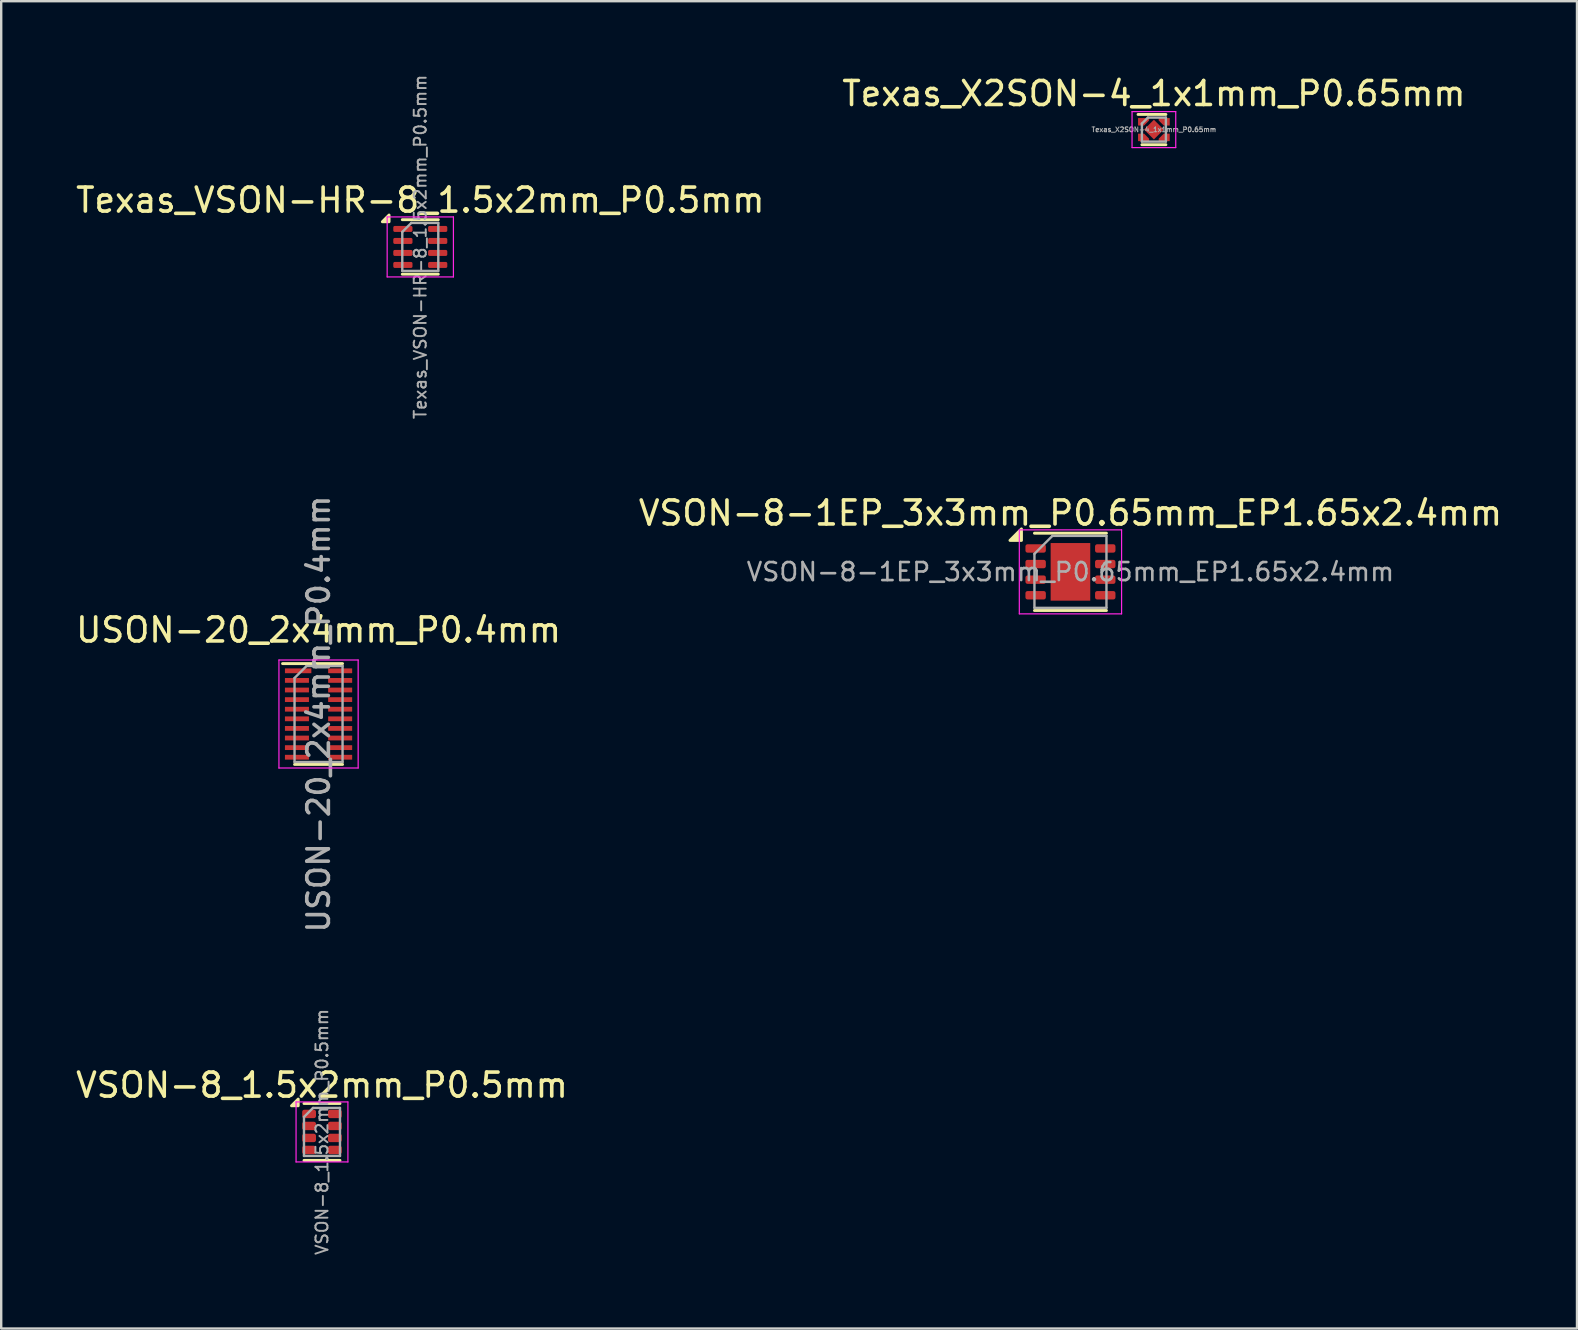
<source format=kicad_pcb>
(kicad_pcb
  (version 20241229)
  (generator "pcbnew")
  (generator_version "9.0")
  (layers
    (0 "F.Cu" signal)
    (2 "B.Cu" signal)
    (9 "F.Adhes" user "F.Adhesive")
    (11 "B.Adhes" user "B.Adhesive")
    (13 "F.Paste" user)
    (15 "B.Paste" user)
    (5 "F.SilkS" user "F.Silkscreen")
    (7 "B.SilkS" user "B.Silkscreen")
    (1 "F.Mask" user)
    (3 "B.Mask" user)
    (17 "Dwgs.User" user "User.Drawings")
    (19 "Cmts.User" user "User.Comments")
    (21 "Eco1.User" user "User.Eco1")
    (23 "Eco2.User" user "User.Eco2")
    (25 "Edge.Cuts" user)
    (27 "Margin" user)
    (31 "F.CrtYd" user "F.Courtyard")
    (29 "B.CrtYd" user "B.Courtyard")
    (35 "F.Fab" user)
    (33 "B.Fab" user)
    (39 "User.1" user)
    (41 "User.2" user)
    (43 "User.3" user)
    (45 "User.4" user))
  (footprint "USON-20_2x4mm_P0.4mm"
    (layer "F.Cu")
    (at 10.22 26.694)
    (property "Reference" "USON-20_2x4mm_P0.4mm" (at 0 -3.5 0) (layer "F.SilkS") (effects (font (size 1 1) (thickness 0.15))))
    (attr smd)
    (fp_line (start 1 -2.1) (end -1.5 -2.1) (stroke (width 0.12) (type solid)) (layer "F.SilkS"))
    (fp_line (start 1 2.1) (end -1 2.1) (stroke (width 0.12) (type solid)) (layer "F.SilkS"))
    (fp_line (start -1.65 -2.25) (end 1.65 -2.25) (stroke (width 0.05) (type solid)) (layer "F.CrtYd"))
    (fp_line (start -1.65 2.25) (end -1.65 -2.25) (stroke (width 0.05) (type solid)) (layer "F.CrtYd"))
    (fp_line (start 1.65 -2.25) (end 1.65 2.25) (stroke (width 0.05) (type solid)) (layer "F.CrtYd"))
    (fp_line (start 1.65 2.25) (end -1.65 2.25) (stroke (width 0.05) (type solid)) (layer "F.CrtYd"))
    (fp_line (start -1 2) (end -1 -1.5) (stroke (width 0.1) (type solid)) (layer "F.Fab"))
    (fp_line (start -0.5 -2) (end -1 -1.5) (stroke (width 0.1) (type solid)) (layer "F.Fab"))
    (fp_line (start -0.5 -2) (end 1 -2) (stroke (width 0.1) (type solid)) (layer "F.Fab"))
    (fp_line (start 1 -2) (end 1 2) (stroke (width 0.1) (type solid)) (layer "F.Fab"))
    (fp_line (start 1 2) (end -1 2) (stroke (width 0.1) (type solid)) (layer "F.Fab"))
    (fp_text user "${REFERENCE}" (at 0 0 90) (layer "F.Fab") (effects (font (size 0.9 0.9) (thickness 0.15))))
    (pad "1" smd rect (at -0.85 -1.8 270) (size 0.2 1.1) (layers "F.Cu" "F.Mask" "F.Paste"))
    (pad "2" smd rect (at -0.9 -1.4 270) (size 0.2 1) (layers "F.Cu" "F.Mask" "F.Paste"))
    (pad "3" smd rect (at -0.9 -1 270) (size 0.2 1) (layers "F.Cu" "F.Mask" "F.Paste"))
    (pad "4" smd rect (at -0.9 -0.6 270) (size 0.2 1) (layers "F.Cu" "F.Mask" "F.Paste"))
    (pad "5" smd rect (at -0.9 -0.2 270) (size 0.2 1) (layers "F.Cu" "F.Mask" "F.Paste"))
    (pad "6" smd rect (at -0.9 0.2 270) (size 0.2 1) (layers "F.Cu" "F.Mask" "F.Paste"))
    (pad "7" smd rect (at -0.9 0.6 270) (size 0.2 1) (layers "F.Cu" "F.Mask" "F.Paste"))
    (pad "8" smd rect (at -0.9 1 270) (size 0.2 1) (layers "F.Cu" "F.Mask" "F.Paste"))
    (pad "9" smd rect (at -0.9 1.4 270) (size 0.2 1) (layers "F.Cu" "F.Mask" "F.Paste"))
    (pad "10" smd rect (at -0.9 1.8 270) (size 0.2 1) (layers "F.Cu" "F.Mask" "F.Paste"))
    (pad "11" smd rect (at 0.9 1.8 270) (size 0.2 1) (layers "F.Cu" "F.Mask" "F.Paste"))
    (pad "12" smd rect (at 0.9 1.4 270) (size 0.2 1) (layers "F.Cu" "F.Mask" "F.Paste"))
    (pad "13" smd rect (at 0.9 1 270) (size 0.2 1) (layers "F.Cu" "F.Mask" "F.Paste"))
    (pad "14" smd rect (at 0.9 0.6 270) (size 0.2 1) (layers "F.Cu" "F.Mask" "F.Paste"))
    (pad "15" smd rect (at 0.9 0.2 270) (size 0.2 1) (layers "F.Cu" "F.Mask" "F.Paste"))
    (pad "16" smd rect (at 0.9 -0.2 270) (size 0.2 1) (layers "F.Cu" "F.Mask" "F.Paste"))
    (pad "17" smd rect (at 0.9 -0.6 270) (size 0.2 1) (layers "F.Cu" "F.Mask" "F.Paste"))
    (pad "18" smd rect (at 0.9 -1 270) (size 0.2 1) (layers "F.Cu" "F.Mask" "F.Paste"))
    (pad "19" smd rect (at 0.9 -1.4 270) (size 0.2 1) (layers "F.Cu" "F.Mask" "F.Paste"))
    (pad "20" smd rect (at 0.9 -1.8 270) (size 0.2 1) (layers "F.Cu" "F.Mask" "F.Paste")))
  (footprint "Texas_VSON-HR-8_1.5x2mm_P0.5mm"
    (layer "F.Cu")
    (at 14.458 7.237)
    (property "Reference" "Texas_VSON-HR-8_1.5x2mm_P0.5mm" (at 0 -1.95 0) (layer "F.SilkS") (effects (font (size 1 1) (thickness 0.15))))
    (attr smd)
    (fp_line (start -0.75 -1.135) (end 0.75 -1.135) (stroke (width 0.12) (type solid)) (layer "F.SilkS"))
    (fp_line (start -0.75 1.135) (end 0.75 1.135) (stroke (width 0.12) (type solid)) (layer "F.SilkS"))
    (fp_poly (pts (xy -1.3 -1.05) (xy -1.58 -1.05) (xy -1.3 -1.33) (xy -1.3 -1.05)) (stroke (width 0.12) (type solid)) (fill yes) (layer "F.SilkS"))
    (fp_line (start -1.38 -1.25) (end -1.38 1.25) (stroke (width 0.05) (type solid)) (layer "F.CrtYd"))
    (fp_line (start -1.38 1.25) (end 1.38 1.25) (stroke (width 0.05) (type solid)) (layer "F.CrtYd"))
    (fp_line (start 1.38 -1.25) (end -1.38 -1.25) (stroke (width 0.05) (type solid)) (layer "F.CrtYd"))
    (fp_line (start 1.38 1.25) (end 1.38 -1.25) (stroke (width 0.05) (type solid)) (layer "F.CrtYd"))
    (fp_line (start -0.75 -0.625) (end -0.375 -1) (stroke (width 0.1) (type solid)) (layer "F.Fab"))
    (fp_line (start -0.75 1) (end -0.75 -0.625) (stroke (width 0.1) (type solid)) (layer "F.Fab"))
    (fp_line (start -0.375 -1) (end 0.75 -1) (stroke (width 0.1) (type solid)) (layer "F.Fab"))
    (fp_line (start 0.75 -1) (end 0.75 1) (stroke (width 0.1) (type solid)) (layer "F.Fab"))
    (fp_line (start 0.75 1) (end -0.75 1) (stroke (width 0.1) (type solid)) (layer "F.Fab"))
    (fp_text user "${REFERENCE}" (at 0 0 90) (layer "F.Fab") (effects (font (size 0.5 0.5) (thickness 0.08))))
    (pad "1" smd roundrect (at -0.725 -0.75) (size 0.8 0.25) (layers "F.Cu" "F.Mask" "F.Paste") (roundrect_rratio 0.25))
    (pad "2" smd roundrect (at -0.725 -0.25) (size 0.8 0.25) (layers "F.Cu" "F.Mask" "F.Paste") (roundrect_rratio 0.25))
    (pad "3" smd roundrect (at -0.725 0.25) (size 0.8 0.25) (layers "F.Cu" "F.Mask" "F.Paste") (roundrect_rratio 0.25))
    (pad "4" smd roundrect (at -0.725 0.75) (size 0.8 0.25) (layers "F.Cu" "F.Mask" "F.Paste") (roundrect_rratio 0.25))
    (pad "5" smd roundrect (at 0.725 0.75) (size 0.8 0.25) (layers "F.Cu" "F.Mask" "F.Paste") (roundrect_rratio 0.25))
    (pad "6" smd roundrect (at 0.725 0.25) (size 0.8 0.25) (layers "F.Cu" "F.Mask" "F.Paste") (roundrect_rratio 0.25))
    (pad "7" smd roundrect (at 0.725 -0.25) (size 0.8 0.25) (layers "F.Cu" "F.Mask" "F.Paste") (roundrect_rratio 0.25))
    (pad "8" smd roundrect (at 0.725 -0.75) (size 0.8 0.25) (layers "F.Cu" "F.Mask" "F.Paste") (roundrect_rratio 0.25)))
  (footprint "Texas_X2SON-4_1x1mm_P0.65mm"
    (layer "F.Cu")
    (at 45.018 2.348)
    (property "Reference" "Texas_X2SON-4_1x1mm_P0.65mm" (at 0 -1.5 0) (layer "F.SilkS") (effects (font (size 1 1) (thickness 0.15))))
    (attr smd)
    (fp_line (start -0.66 -0.63) (end 0.5 -0.63) (stroke (width 0.12) (type solid)) (layer "F.SilkS"))
    (fp_line (start -0.5 0.63) (end 0.5 0.63) (stroke (width 0.12) (type solid)) (layer "F.SilkS"))
    (fp_line (start -0.91 -0.75) (end 0.91 -0.75) (stroke (width 0.05) (type solid)) (layer "F.CrtYd"))
    (fp_line (start -0.91 0.75) (end -0.91 -0.75) (stroke (width 0.05) (type solid)) (layer "F.CrtYd"))
    (fp_line (start 0.91 -0.75) (end 0.91 0.75) (stroke (width 0.05) (type solid)) (layer "F.CrtYd"))
    (fp_line (start 0.91 0.75) (end -0.91 0.75) (stroke (width 0.05) (type solid)) (layer "F.CrtYd"))
    (fp_line (start -0.5 -0.25) (end -0.25 -0.5) (stroke (width 0.1) (type solid)) (layer "F.Fab"))
    (fp_line (start -0.5 0.5) (end -0.5 -0.25) (stroke (width 0.1) (type solid)) (layer "F.Fab"))
    (fp_line (start -0.25 -0.5) (end 0.5 -0.5) (stroke (width 0.1) (type solid)) (layer "F.Fab"))
    (fp_line (start 0.5 -0.5) (end 0.5 0.5) (stroke (width 0.1) (type solid)) (layer "F.Fab"))
    (fp_line (start 0.5 0.5) (end -0.5 0.5) (stroke (width 0.1) (type solid)) (layer "F.Fab"))
    (fp_text user "${REFERENCE}" (at 0 0 0) (layer "F.Fab") (effects (font (size 0.2 0.2) (thickness 0.04))))
    (pad "" smd custom (at -0.43 -0.325) (size 0.148 0.148) (layers "F.Mask") (options (anchor circle)) (primitives (gr_poly (pts (xy 0.18 -0.075) (xy 0 0.105) (xy -0.18 0.105) (xy -0.18 -0.105) (xy 0.18 -0.105)) (width 0) (fill yes))))
    (pad "" smd custom (at -0.43 -0.325) (size 0.148 0.148) (layers "F.Paste") (options (anchor circle)) (primitives (gr_poly (pts (xy 0.18 -0.075) (xy 0 0.105) (xy -0.22 0.105) (xy -0.22 -0.105) (xy 0.18 -0.105)) (width 0) (fill yes))))
    (pad "" smd custom (at -0.43 0.325) (size 0.148 0.148) (layers "F.Mask") (options (anchor circle)) (primitives (gr_poly (pts (xy 0.18 0.075) (xy 0.18 0.105) (xy -0.18 0.105) (xy -0.18 -0.105) (xy 0 -0.105)) (width 0) (fill yes))))
    (pad "" smd custom (at -0.43 0.325) (size 0.148 0.148) (layers "F.Paste") (options (anchor circle)) (primitives (gr_poly (pts (xy 0.18 0.075) (xy 0.18 0.105) (xy -0.22 0.105) (xy -0.22 -0.105) (xy 0 -0.105)) (width 0) (fill yes))))
    (pad "" smd custom (at 0.43 -0.325) (size 0.148 0.148) (layers "F.Mask") (options (anchor circle)) (primitives (gr_poly (pts (xy 0.18 0.105) (xy 0 0.105) (xy -0.18 -0.075) (xy -0.18 -0.105) (xy 0.18 -0.105)) (width 0) (fill yes))))
    (pad "" smd custom (at 0.43 -0.325) (size 0.148 0.148) (layers "F.Paste") (options (anchor circle)) (primitives (gr_poly (pts (xy 0.22 0.105) (xy 0 0.105) (xy -0.18 -0.075) (xy -0.18 -0.105) (xy 0.22 -0.105)) (width 0) (fill yes))))
    (pad "" smd custom (at 0.43 0.325) (size 0.148 0.148) (layers "F.Mask") (options (anchor circle)) (primitives (gr_poly (pts (xy 0.18 0.105) (xy -0.18 0.105) (xy -0.18 0.075) (xy 0 -0.105) (xy 0.18 -0.105)) (width 0) (fill yes))))
    (pad "" smd custom (at 0.43 0.325) (size 0.148 0.148) (layers "F.Paste") (options (anchor circle)) (primitives (gr_poly (pts (xy 0.22 0.105) (xy -0.18 0.105) (xy -0.18 0.075) (xy 0 -0.105) (xy 0.22 -0.105)) (width 0) (fill yes))))
    (pad "1" smd custom (at -0.43 -0.325) (size 0.148 0.148) (layers "F.Cu") (options (anchor circle)) (primitives (gr_poly (pts (xy 0.23 -0.054) (xy 0.021 0.155) (xy -0.23 0.155) (xy -0.23 -0.155) (xy 0.23 -0.155)) (width 0) (fill yes))))
    (pad "2" smd custom (at -0.43 0.325) (size 0.148 0.148) (layers "F.Cu") (options (anchor circle)) (primitives (gr_poly (pts (xy 0.23 0.054) (xy 0.23 0.155) (xy -0.23 0.155) (xy -0.23 -0.155) (xy 0.021 -0.155)) (width 0) (fill yes))))
    (pad "3" smd custom (at 0.43 0.325) (size 0.148 0.148) (layers "F.Cu") (options (anchor circle)) (primitives (gr_poly (pts (xy 0.23 0.155) (xy -0.23 0.155) (xy -0.23 0.054) (xy -0.021 -0.155) (xy 0.23 -0.155)) (width 0) (fill yes))))
    (pad "4" smd custom (at 0.43 -0.325) (size 0.148 0.148) (layers "F.Cu") (options (anchor circle)) (primitives (gr_poly (pts (xy 0.23 0.155) (xy -0.021 0.155) (xy -0.23 -0.054) (xy -0.23 -0.155) (xy 0.23 -0.155)) (width 0) (fill yes))))
    (pad "5" smd rect (at 0 0 45) (size 0.58 0.58) (layers "F.Cu" "F.Mask" "F.Paste")))
  (footprint "VSON-8-1EP_3x3mm_P0.65mm_EP1.65x2.4mm"
    (layer "F.Cu")
    (at 41.542 20.772)
    (property "Reference" "VSON-8-1EP_3x3mm_P0.65mm_EP1.65x2.4mm" (at 0 -2.45 0) (layer "F.SilkS") (effects (font (size 1 1) (thickness 0.15))))
    (attr smd)
    (fp_line (start -1.5 -1.61) (end 1.5 -1.61) (stroke (width 0.12) (type solid)) (layer "F.SilkS"))
    (fp_line (start -1.5 1.61) (end 1.5 1.61) (stroke (width 0.12) (type solid)) (layer "F.SilkS"))
    (fp_poly (pts (xy -2.04 -1.31) (xy -2.52 -1.31) (xy -2.04 -1.79) (xy -2.04 -1.31)) (stroke (width 0.12) (type solid)) (fill yes) (layer "F.SilkS"))
    (fp_line (start -2.13 -1.75) (end -2.13 1.75) (stroke (width 0.05) (type solid)) (layer "F.CrtYd"))
    (fp_line (start -2.13 1.75) (end 2.13 1.75) (stroke (width 0.05) (type solid)) (layer "F.CrtYd"))
    (fp_line (start 2.13 -1.75) (end -2.13 -1.75) (stroke (width 0.05) (type solid)) (layer "F.CrtYd"))
    (fp_line (start 2.13 1.75) (end 2.13 -1.75) (stroke (width 0.05) (type solid)) (layer "F.CrtYd"))
    (fp_line (start -1.5 -0.75) (end -0.75 -1.5) (stroke (width 0.1) (type solid)) (layer "F.Fab"))
    (fp_line (start -1.5 1.5) (end -1.5 -0.75) (stroke (width 0.1) (type solid)) (layer "F.Fab"))
    (fp_line (start -0.75 -1.5) (end 1.5 -1.5) (stroke (width 0.1) (type solid)) (layer "F.Fab"))
    (fp_line (start 1.5 -1.5) (end 1.5 1.5) (stroke (width 0.1) (type solid)) (layer "F.Fab"))
    (fp_line (start 1.5 1.5) (end -1.5 1.5) (stroke (width 0.1) (type solid)) (layer "F.Fab"))
    (fp_text user "${REFERENCE}" (at 0 0 0) (layer "F.Fab") (effects (font (size 0.75 0.75) (thickness 0.11))))
    (pad "" smd roundrect (at 0 0) (size 1.33 1.93) (layers "F.Paste") (roundrect_rratio 0.188))
    (pad "1" smd roundrect (at -1.45 -0.975) (size 0.85 0.35) (layers "F.Cu" "F.Mask" "F.Paste") (roundrect_rratio 0.25))
    (pad "2" smd roundrect (at -1.45 -0.325) (size 0.85 0.35) (layers "F.Cu" "F.Mask" "F.Paste") (roundrect_rratio 0.25))
    (pad "3" smd roundrect (at -1.45 0.325) (size 0.85 0.35) (layers "F.Cu" "F.Mask" "F.Paste") (roundrect_rratio 0.25))
    (pad "4" smd roundrect (at -1.45 0.975) (size 0.85 0.35) (layers "F.Cu" "F.Mask" "F.Paste") (roundrect_rratio 0.25))
    (pad "5" smd roundrect (at 1.45 0.975) (size 0.85 0.35) (layers "F.Cu" "F.Mask" "F.Paste") (roundrect_rratio 0.25))
    (pad "6" smd roundrect (at 1.45 0.325) (size 0.85 0.35) (layers "F.Cu" "F.Mask" "F.Paste") (roundrect_rratio 0.25))
    (pad "7" smd roundrect (at 1.45 -0.325) (size 0.85 0.35) (layers "F.Cu" "F.Mask" "F.Paste") (roundrect_rratio 0.25))
    (pad "8" smd roundrect (at 1.45 -0.975) (size 0.85 0.35) (layers "F.Cu" "F.Mask" "F.Paste") (roundrect_rratio 0.25))
    (pad "9" smd rect (at 0 0) (size 1.65 2.4) (property pad_prop_heatsink) (layers "F.Cu" "F.Mask")))
  (footprint "VSON-8_1.5x2mm_P0.5mm"
    (layer "F.Cu")
    (at 10.363 44.104)
    (property "Reference" "VSON-8_1.5x2mm_P0.5mm" (at 0 -1.95 0) (layer "F.SilkS") (effects (font (size 1 1) (thickness 0.15))))
    (attr smd)
    (fp_line (start -0.75 -1.185) (end 0.75 -1.185) (stroke (width 0.12) (type solid)) (layer "F.SilkS"))
    (fp_line (start -0.75 1.185) (end 0.75 1.185) (stroke (width 0.12) (type solid)) (layer "F.SilkS"))
    (fp_poly (pts (xy -0.99 -1.09) (xy -1.27 -1.09) (xy -0.99 -1.37) (xy -0.99 -1.09)) (stroke (width 0.12) (type solid)) (fill yes) (layer "F.SilkS"))
    (fp_line (start -1.08 -1.25) (end -1.08 1.25) (stroke (width 0.05) (type solid)) (layer "F.CrtYd"))
    (fp_line (start -1.08 1.25) (end 1.08 1.25) (stroke (width 0.05) (type solid)) (layer "F.CrtYd"))
    (fp_line (start 1.08 -1.25) (end -1.08 -1.25) (stroke (width 0.05) (type solid)) (layer "F.CrtYd"))
    (fp_line (start 1.08 1.25) (end 1.08 -1.25) (stroke (width 0.05) (type solid)) (layer "F.CrtYd"))
    (fp_line (start -0.75 -0.625) (end -0.375 -1) (stroke (width 0.1) (type solid)) (layer "F.Fab"))
    (fp_line (start -0.75 1) (end -0.75 -0.625) (stroke (width 0.1) (type solid)) (layer "F.Fab"))
    (fp_line (start -0.375 -1) (end 0.75 -1) (stroke (width 0.1) (type solid)) (layer "F.Fab"))
    (fp_line (start 0.75 -1) (end 0.75 1) (stroke (width 0.1) (type solid)) (layer "F.Fab"))
    (fp_line (start 0.75 1) (end -0.75 1) (stroke (width 0.1) (type solid)) (layer "F.Fab"))
    (fp_text user "${REFERENCE}" (at 0 0 90) (layer "F.Fab") (effects (font (size 0.5 0.5) (thickness 0.08))))
    (pad "1" smd roundrect (at -0.537 -0.75) (size 0.575 0.35) (layers "F.Cu" "F.Mask" "F.Paste") (roundrect_rratio 0.25))
    (pad "2" smd roundrect (at -0.537 -0.25) (size 0.575 0.35) (layers "F.Cu" "F.Mask" "F.Paste") (roundrect_rratio 0.25))
    (pad "3" smd roundrect (at -0.537 0.25) (size 0.575 0.35) (layers "F.Cu" "F.Mask" "F.Paste") (roundrect_rratio 0.25))
    (pad "4" smd roundrect (at -0.537 0.75) (size 0.575 0.35) (layers "F.Cu" "F.Mask" "F.Paste") (roundrect_rratio 0.25))
    (pad "5" smd roundrect (at 0.537 0.75) (size 0.575 0.35) (layers "F.Cu" "F.Mask" "F.Paste") (roundrect_rratio 0.25))
    (pad "6" smd roundrect (at 0.537 0.25) (size 0.575 0.35) (layers "F.Cu" "F.Mask" "F.Paste") (roundrect_rratio 0.25))
    (pad "7" smd roundrect (at 0.537 -0.25) (size 0.575 0.35) (layers "F.Cu" "F.Mask" "F.Paste") (roundrect_rratio 0.25))
    (pad "8" smd roundrect (at 0.537 -0.75) (size 0.575 0.35) (layers "F.Cu" "F.Mask" "F.Paste") (roundrect_rratio 0.25)))
  (gr_rect
    (start -3 -3)
    (end 62.643 52.293)
    (stroke (width 0.1) (type default))
    (fill no)
    (layer "Edge.Cuts")))
</source>
